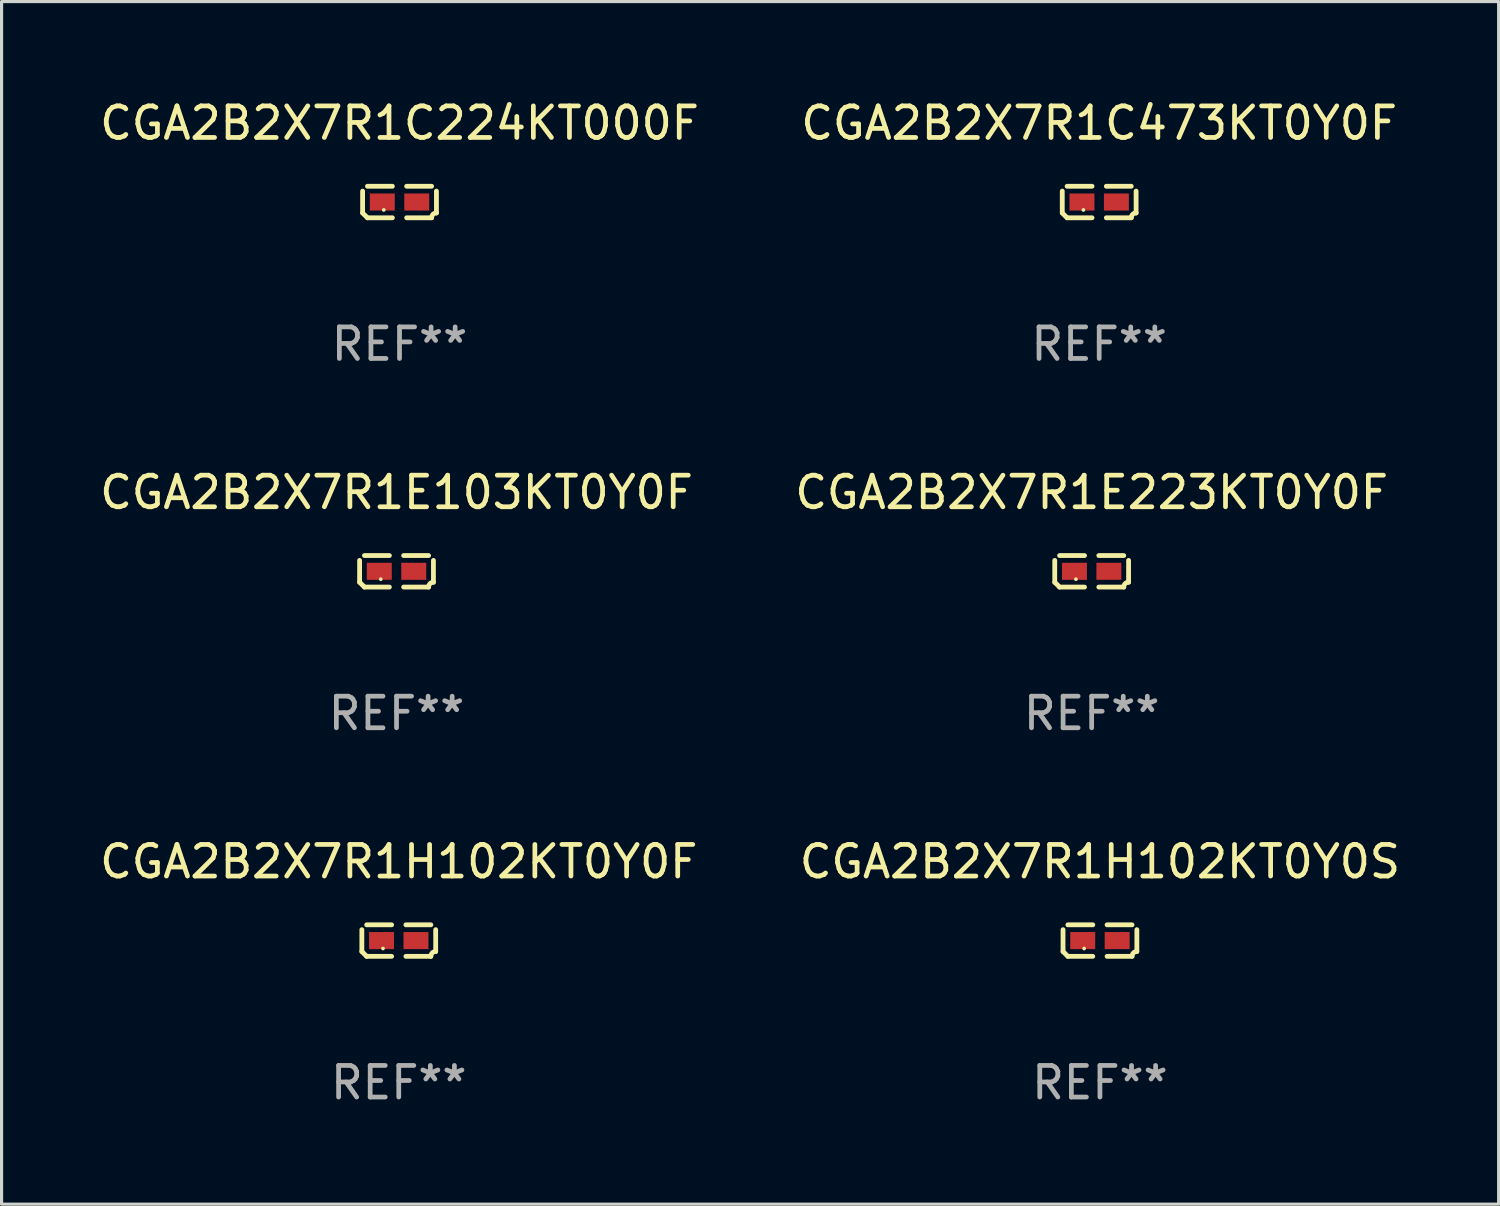
<source format=kicad_pcb>
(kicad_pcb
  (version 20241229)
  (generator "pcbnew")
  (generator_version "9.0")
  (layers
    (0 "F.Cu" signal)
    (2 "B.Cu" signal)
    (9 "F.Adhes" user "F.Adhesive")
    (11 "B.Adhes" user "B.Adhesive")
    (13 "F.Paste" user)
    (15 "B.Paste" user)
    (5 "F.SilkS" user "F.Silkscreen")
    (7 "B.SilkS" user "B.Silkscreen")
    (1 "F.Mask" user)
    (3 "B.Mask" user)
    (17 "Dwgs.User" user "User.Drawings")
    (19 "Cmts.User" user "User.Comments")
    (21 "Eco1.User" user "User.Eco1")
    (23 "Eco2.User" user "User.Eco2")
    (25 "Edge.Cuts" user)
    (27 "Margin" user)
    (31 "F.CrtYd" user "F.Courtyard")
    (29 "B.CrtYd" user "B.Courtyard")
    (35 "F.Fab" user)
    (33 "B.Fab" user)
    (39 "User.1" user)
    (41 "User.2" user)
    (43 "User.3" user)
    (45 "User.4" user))
  (footprint "CGA2B2X7R1E103KT0Y0F"
    (layer "F.Cu")
    (at 9.506 15.041)
    (property "Reference" "CGA2B2X7R1E103KT0Y0F" (at 0 -2.499 0) (layer "F.SilkS") (effects (font (size 1 1) (thickness 0.15))))
    (attr through_hole)
    (fp_line (start -1.169 0.346) (end -1.169 -0.346) (stroke (width 0.152) (type solid)) (layer "F.SilkS"))
    (fp_line (start -1.016 -0.499) (end -0.226 -0.499) (stroke (width 0.152) (type solid)) (layer "F.SilkS"))
    (fp_line (start -0.226 0.499) (end -1.016 0.499) (stroke (width 0.152) (type solid)) (layer "F.SilkS"))
    (fp_line (start 0.226 0.499) (end 1.016 0.499) (stroke (width 0.152) (type solid)) (layer "F.SilkS"))
    (fp_line (start 1.016 -0.499) (end 0.226 -0.499) (stroke (width 0.152) (type solid)) (layer "F.SilkS"))
    (fp_line (start 1.169 0.346) (end 1.169 -0.346) (stroke (width 0.152) (type solid)) (layer "F.SilkS"))
    (fp_arc (start -1.016307 0.498603) (mid -1.092512 0.422405) (end -1.16871 0.3462) (stroke (width 0.1524) (type solid)) (layer "F.SilkS"))
    (fp_arc (start 1.016307 0.498603) (mid 1.060899 0.390758) (end 1.168707 0.346076) (stroke (width 0.1524) (type solid)) (layer "F.SilkS"))
    (fp_circle (center -0.5 0.25) (end -0.47 0.25) (stroke (width 0.06) (type solid)) (fill no) (layer "F.SilkS"))
    (fp_text user "REF**" (at 0 4.499 0) (layer "F.Fab") (effects (font (size 1 1) (thickness 0.15))))
    (pad "1" smd rect (at -0.545 0) (size 0.79 0.54) (layers "F.Cu" "F.Mask" "F.Paste"))
    (pad "2" smd rect (at 0.545 0) (size 0.79 0.54) (layers "F.Cu" "F.Mask" "F.Paste")))
  (footprint "CGA2B2X7R1H102KT0Y0F"
    (layer "F.Cu")
    (at 9.577 26.734)
    (property "Reference" "CGA2B2X7R1H102KT0Y0F" (at 0 -2.499 0) (layer "F.SilkS") (effects (font (size 1 1) (thickness 0.15))))
    (attr through_hole)
    (fp_line (start -1.169 0.346) (end -1.169 -0.346) (stroke (width 0.152) (type solid)) (layer "F.SilkS"))
    (fp_line (start -1.016 -0.499) (end -0.226 -0.499) (stroke (width 0.152) (type solid)) (layer "F.SilkS"))
    (fp_line (start -0.226 0.499) (end -1.016 0.499) (stroke (width 0.152) (type solid)) (layer "F.SilkS"))
    (fp_line (start 0.226 0.499) (end 1.016 0.499) (stroke (width 0.152) (type solid)) (layer "F.SilkS"))
    (fp_line (start 1.016 -0.499) (end 0.226 -0.499) (stroke (width 0.152) (type solid)) (layer "F.SilkS"))
    (fp_line (start 1.169 0.346) (end 1.169 -0.346) (stroke (width 0.152) (type solid)) (layer "F.SilkS"))
    (fp_arc (start -1.016307 0.498603) (mid -1.092512 0.422405) (end -1.16871 0.3462) (stroke (width 0.1524) (type solid)) (layer "F.SilkS"))
    (fp_arc (start 1.016307 0.498603) (mid 1.060899 0.390758) (end 1.168707 0.346076) (stroke (width 0.1524) (type solid)) (layer "F.SilkS"))
    (fp_circle (center -0.5 0.25) (end -0.47 0.25) (stroke (width 0.06) (type solid)) (fill no) (layer "F.SilkS"))
    (fp_text user "REF**" (at 0 4.499 0) (layer "F.Fab") (effects (font (size 1 1) (thickness 0.15))))
    (pad "1" smd rect (at -0.545 0) (size 0.79 0.54) (layers "F.Cu" "F.Mask" "F.Paste"))
    (pad "2" smd rect (at 0.545 0) (size 0.79 0.54) (layers "F.Cu" "F.Mask" "F.Paste")))
  (footprint "CGA2B2X7R1C473KT0Y0F"
    (layer "F.Cu")
    (at 31.756 3.347)
    (property "Reference" "CGA2B2X7R1C473KT0Y0F" (at 0 -2.499 0) (layer "F.SilkS") (effects (font (size 1 1) (thickness 0.15))))
    (attr through_hole)
    (fp_line (start -1.169 0.346) (end -1.169 -0.346) (stroke (width 0.152) (type solid)) (layer "F.SilkS"))
    (fp_line (start -1.016 -0.499) (end -0.226 -0.499) (stroke (width 0.152) (type solid)) (layer "F.SilkS"))
    (fp_line (start -0.226 0.499) (end -1.016 0.499) (stroke (width 0.152) (type solid)) (layer "F.SilkS"))
    (fp_line (start 0.226 0.499) (end 1.016 0.499) (stroke (width 0.152) (type solid)) (layer "F.SilkS"))
    (fp_line (start 1.016 -0.499) (end 0.226 -0.499) (stroke (width 0.152) (type solid)) (layer "F.SilkS"))
    (fp_line (start 1.169 0.346) (end 1.169 -0.346) (stroke (width 0.152) (type solid)) (layer "F.SilkS"))
    (fp_arc (start -1.016307 0.498603) (mid -1.092512 0.422405) (end -1.16871 0.3462) (stroke (width 0.1524) (type solid)) (layer "F.SilkS"))
    (fp_arc (start 1.016307 0.498603) (mid 1.060899 0.390758) (end 1.168707 0.346076) (stroke (width 0.1524) (type solid)) (layer "F.SilkS"))
    (fp_circle (center -0.5 0.25) (end -0.47 0.25) (stroke (width 0.06) (type solid)) (fill no) (layer "F.SilkS"))
    (fp_text user "REF**" (at 0 4.499 0) (layer "F.Fab") (effects (font (size 1 1) (thickness 0.15))))
    (pad "1" smd rect (at -0.545 0) (size 0.79 0.54) (layers "F.Cu" "F.Mask" "F.Paste"))
    (pad "2" smd rect (at 0.545 0) (size 0.79 0.54) (layers "F.Cu" "F.Mask" "F.Paste")))
  (footprint "CGA2B2X7R1E223KT0Y0F"
    (layer "F.Cu")
    (at 31.518 15.041)
    (property "Reference" "CGA2B2X7R1E223KT0Y0F" (at 0 -2.499 0) (layer "F.SilkS") (effects (font (size 1 1) (thickness 0.15))))
    (attr through_hole)
    (fp_line (start -1.169 0.346) (end -1.169 -0.346) (stroke (width 0.152) (type solid)) (layer "F.SilkS"))
    (fp_line (start -1.016 -0.499) (end -0.226 -0.499) (stroke (width 0.152) (type solid)) (layer "F.SilkS"))
    (fp_line (start -0.226 0.499) (end -1.016 0.499) (stroke (width 0.152) (type solid)) (layer "F.SilkS"))
    (fp_line (start 0.226 0.499) (end 1.016 0.499) (stroke (width 0.152) (type solid)) (layer "F.SilkS"))
    (fp_line (start 1.016 -0.499) (end 0.226 -0.499) (stroke (width 0.152) (type solid)) (layer "F.SilkS"))
    (fp_line (start 1.169 0.346) (end 1.169 -0.346) (stroke (width 0.152) (type solid)) (layer "F.SilkS"))
    (fp_arc (start -1.016307 0.498603) (mid -1.092512 0.422405) (end -1.16871 0.3462) (stroke (width 0.1524) (type solid)) (layer "F.SilkS"))
    (fp_arc (start 1.016307 0.498603) (mid 1.060899 0.390758) (end 1.168707 0.346076) (stroke (width 0.1524) (type solid)) (layer "F.SilkS"))
    (fp_circle (center -0.5 0.25) (end -0.47 0.25) (stroke (width 0.06) (type solid)) (fill no) (layer "F.SilkS"))
    (fp_text user "REF**" (at 0 4.499 0) (layer "F.Fab") (effects (font (size 1 1) (thickness 0.15))))
    (pad "1" smd rect (at -0.545 0) (size 0.79 0.54) (layers "F.Cu" "F.Mask" "F.Paste"))
    (pad "2" smd rect (at 0.545 0) (size 0.79 0.54) (layers "F.Cu" "F.Mask" "F.Paste")))
  (footprint "CGA2B2X7R1H102KT0Y0S"
    (layer "F.Cu")
    (at 31.78 26.734)
    (property "Reference" "CGA2B2X7R1H102KT0Y0S" (at 0 -2.499 0) (layer "F.SilkS") (effects (font (size 1 1) (thickness 0.15))))
    (attr through_hole)
    (fp_line (start -1.169 0.346) (end -1.169 -0.346) (stroke (width 0.152) (type solid)) (layer "F.SilkS"))
    (fp_line (start -1.016 -0.499) (end -0.226 -0.499) (stroke (width 0.152) (type solid)) (layer "F.SilkS"))
    (fp_line (start -0.226 0.499) (end -1.016 0.499) (stroke (width 0.152) (type solid)) (layer "F.SilkS"))
    (fp_line (start 0.226 0.499) (end 1.016 0.499) (stroke (width 0.152) (type solid)) (layer "F.SilkS"))
    (fp_line (start 1.016 -0.499) (end 0.226 -0.499) (stroke (width 0.152) (type solid)) (layer "F.SilkS"))
    (fp_line (start 1.169 0.346) (end 1.169 -0.346) (stroke (width 0.152) (type solid)) (layer "F.SilkS"))
    (fp_arc (start -1.016307 0.498603) (mid -1.092512 0.422405) (end -1.16871 0.3462) (stroke (width 0.1524) (type solid)) (layer "F.SilkS"))
    (fp_arc (start 1.016307 0.498603) (mid 1.060899 0.390758) (end 1.168707 0.346076) (stroke (width 0.1524) (type solid)) (layer "F.SilkS"))
    (fp_circle (center -0.5 0.25) (end -0.47 0.25) (stroke (width 0.06) (type solid)) (fill no) (layer "F.SilkS"))
    (fp_text user "REF**" (at 0 4.499 0) (layer "F.Fab") (effects (font (size 1 1) (thickness 0.15))))
    (pad "1" smd rect (at -0.545 0) (size 0.79 0.54) (layers "F.Cu" "F.Mask" "F.Paste"))
    (pad "2" smd rect (at 0.545 0) (size 0.79 0.54) (layers "F.Cu" "F.Mask" "F.Paste")))
  (footprint "CGA2B2X7R1C224KT000F"
    (layer "F.Cu")
    (at 9.601 3.347)
    (property "Reference" "CGA2B2X7R1C224KT000F" (at 0 -2.499 0) (layer "F.SilkS") (effects (font (size 1 1) (thickness 0.15))))
    (attr through_hole)
    (fp_line (start -1.169 0.346) (end -1.169 -0.346) (stroke (width 0.152) (type solid)) (layer "F.SilkS"))
    (fp_line (start -1.016 -0.499) (end -0.226 -0.499) (stroke (width 0.152) (type solid)) (layer "F.SilkS"))
    (fp_line (start -0.226 0.499) (end -1.016 0.499) (stroke (width 0.152) (type solid)) (layer "F.SilkS"))
    (fp_line (start 0.226 0.499) (end 1.016 0.499) (stroke (width 0.152) (type solid)) (layer "F.SilkS"))
    (fp_line (start 1.016 -0.499) (end 0.226 -0.499) (stroke (width 0.152) (type solid)) (layer "F.SilkS"))
    (fp_line (start 1.169 0.346) (end 1.169 -0.346) (stroke (width 0.152) (type solid)) (layer "F.SilkS"))
    (fp_arc (start -1.016307 0.498603) (mid -1.092512 0.422405) (end -1.16871 0.3462) (stroke (width 0.1524) (type solid)) (layer "F.SilkS"))
    (fp_arc (start 1.016307 0.498603) (mid 1.060899 0.390758) (end 1.168707 0.346076) (stroke (width 0.1524) (type solid)) (layer "F.SilkS"))
    (fp_circle (center -0.5 0.25) (end -0.47 0.25) (stroke (width 0.06) (type solid)) (fill no) (layer "F.SilkS"))
    (fp_text user "REF**" (at 0 4.499 0) (layer "F.Fab") (effects (font (size 1 1) (thickness 0.15))))
    (pad "1" smd rect (at -0.545 0) (size 0.79 0.54) (layers "F.Cu" "F.Mask" "F.Paste"))
    (pad "2" smd rect (at 0.545 0) (size 0.79 0.54) (layers "F.Cu" "F.Mask" "F.Paste")))
  (gr_rect
    (start -3 -3)
    (end 44.405 35.081)
    (stroke (width 0.1) (type default))
    (fill no)
    (layer "Edge.Cuts")))
</source>
